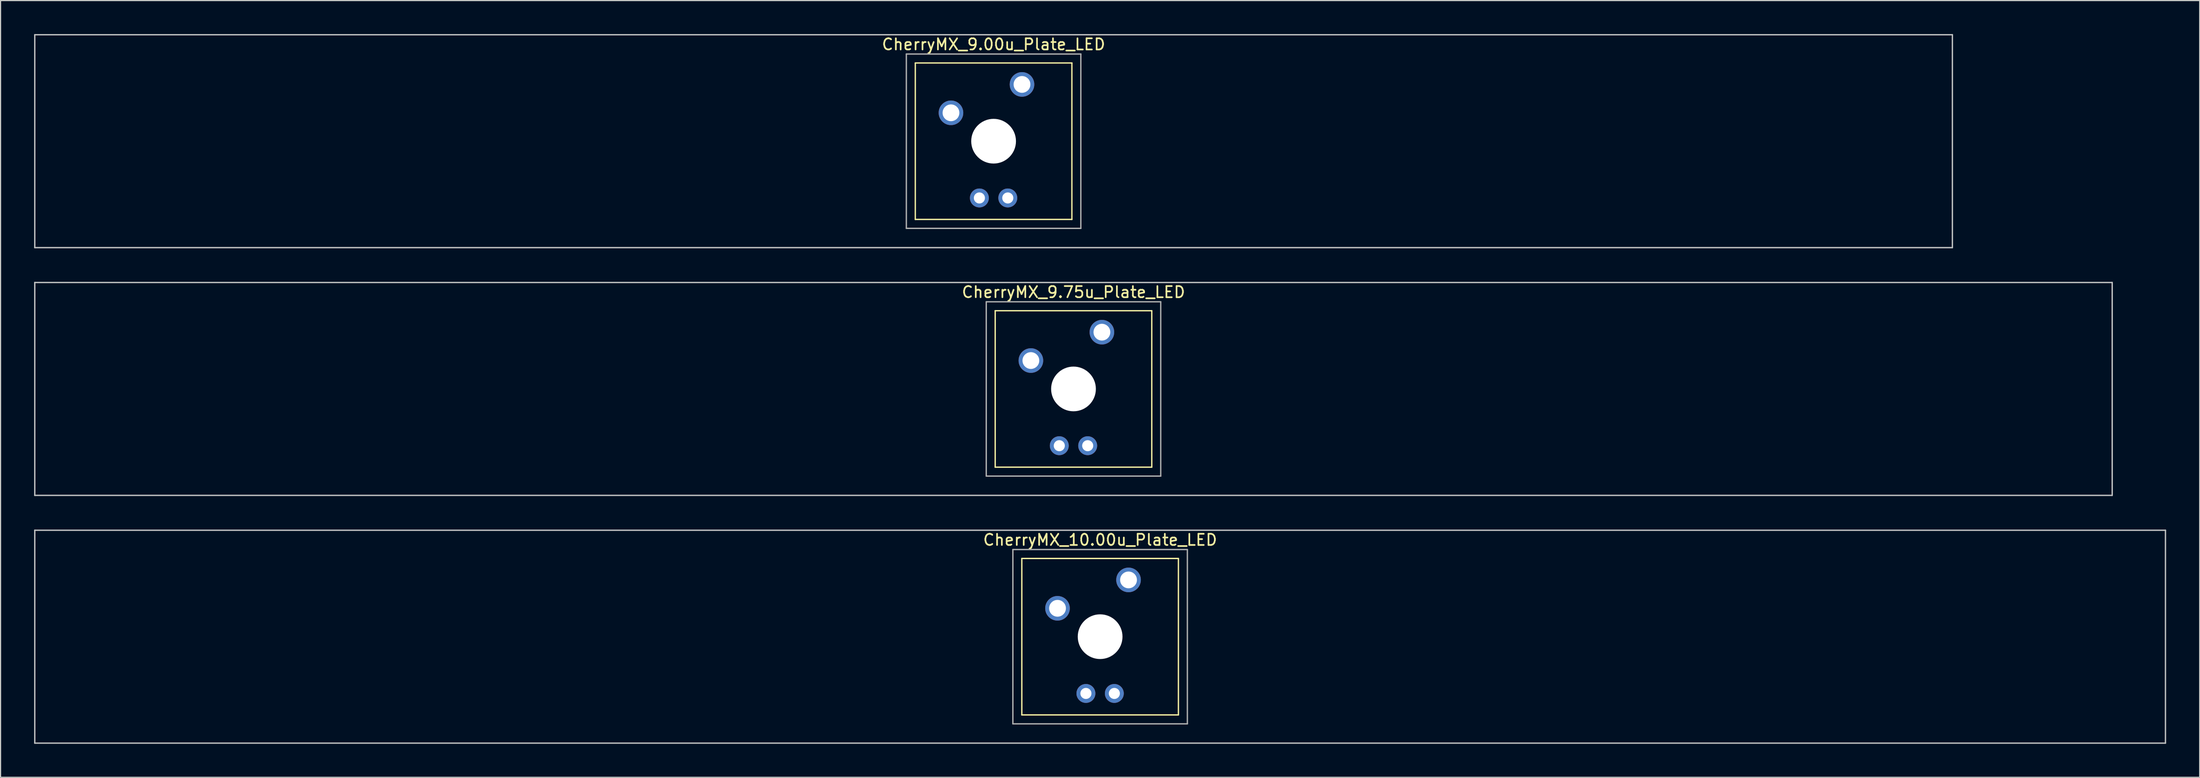
<source format=kicad_pcb>
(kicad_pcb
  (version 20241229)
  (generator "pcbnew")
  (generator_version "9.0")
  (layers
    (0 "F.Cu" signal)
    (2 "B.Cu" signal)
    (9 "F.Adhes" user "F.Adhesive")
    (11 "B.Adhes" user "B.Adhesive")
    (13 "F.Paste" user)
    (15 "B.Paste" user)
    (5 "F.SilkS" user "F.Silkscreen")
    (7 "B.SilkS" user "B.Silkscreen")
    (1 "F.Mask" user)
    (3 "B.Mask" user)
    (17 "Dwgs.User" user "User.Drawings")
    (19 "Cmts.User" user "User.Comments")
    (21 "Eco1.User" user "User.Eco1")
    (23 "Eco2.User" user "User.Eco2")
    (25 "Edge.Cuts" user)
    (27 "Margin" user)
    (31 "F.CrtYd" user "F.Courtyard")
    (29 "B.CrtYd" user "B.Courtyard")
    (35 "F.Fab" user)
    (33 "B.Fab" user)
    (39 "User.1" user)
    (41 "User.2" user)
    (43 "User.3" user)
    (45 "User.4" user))
  (footprint "CherryMX_9.75u_Plate_LED"
    (layer "F.Cu")
    (at 92.929 31.755)
    (property "Reference" "CherryMX_9.75u_Plate_LED" (at 0 -8.662 0) (layer "F.SilkS") (effects (font (size 1 1) (thickness 0.15))))
    (attr through_hole)
    (fp_line (start -7 -7) (end -7 7) (stroke (width 0.12) (type solid)) (layer "F.SilkS"))
    (fp_line (start -7 -7) (end 7 -7) (stroke (width 0.12) (type solid)) (layer "F.SilkS"))
    (fp_line (start 7 -7) (end 7 7) (stroke (width 0.12) (type solid)) (layer "F.SilkS"))
    (fp_line (start 7 7) (end -7 7) (stroke (width 0.12) (type solid)) (layer "F.SilkS"))
    (fp_line (start -92.869 -9.525) (end 92.869 -9.525) (stroke (width 0.12) (type solid)) (layer "Dwgs.User"))
    (fp_line (start -92.869 9.525) (end -92.869 -9.525) (stroke (width 0.12) (type solid)) (layer "Dwgs.User"))
    (fp_line (start 92.869 -9.525) (end 92.869 9.525) (stroke (width 0.12) (type solid)) (layer "Dwgs.User"))
    (fp_line (start 92.869 9.525) (end -92.869 9.525) (stroke (width 0.12) (type solid)) (layer "Dwgs.User"))
    (fp_line (start -7.8 -7.8) (end -7.8 7.8) (stroke (width 0.12) (type solid)) (layer "F.Fab"))
    (fp_line (start -7.8 -7.8) (end 7.8 -7.8) (stroke (width 0.12) (type solid)) (layer "F.Fab"))
    (fp_line (start -7.8 7.8) (end 7.8 7.8) (stroke (width 0.12) (type solid)) (layer "F.Fab"))
    (fp_line (start 7.8 -7.8) (end 7.8 7.8) (stroke (width 0.12) (type solid)) (layer "F.Fab"))
    (pad "" np_thru_hole circle (at 0 0) (size 4 4) (drill 4) (layers "*.Cu" "*.Mask"))
    (pad "1" thru_hole circle (at -3.81 -2.54) (size 2.2 2.2) (drill 1.5) (layers "*.Cu" "*.Mask"))
    (pad "2" thru_hole circle (at 2.54 -5.08) (size 2.2 2.2) (drill 1.5) (layers "*.Cu" "*.Mask"))
    (pad "3" thru_hole circle (at -1.27 5.08) (size 1.691 1.691) (drill 0.991) (layers "*.Cu" "*.Mask"))
    (pad "4" thru_hole circle (at 1.27 5.08) (size 1.691 1.691) (drill 0.991) (layers "*.Cu" "*.Mask")))
  (footprint "CherryMX_9.00u_Plate_LED"
    (layer "F.Cu")
    (at 85.785 9.585)
    (property "Reference" "CherryMX_9.00u_Plate_LED" (at 0 -8.662 0) (layer "F.SilkS") (effects (font (size 1 1) (thickness 0.15))))
    (attr through_hole)
    (fp_line (start -7 -7) (end -7 7) (stroke (width 0.12) (type solid)) (layer "F.SilkS"))
    (fp_line (start -7 -7) (end 7 -7) (stroke (width 0.12) (type solid)) (layer "F.SilkS"))
    (fp_line (start 7 -7) (end 7 7) (stroke (width 0.12) (type solid)) (layer "F.SilkS"))
    (fp_line (start 7 7) (end -7 7) (stroke (width 0.12) (type solid)) (layer "F.SilkS"))
    (fp_line (start -85.725 -9.525) (end 85.725 -9.525) (stroke (width 0.12) (type solid)) (layer "Dwgs.User"))
    (fp_line (start -85.725 9.525) (end -85.725 -9.525) (stroke (width 0.12) (type solid)) (layer "Dwgs.User"))
    (fp_line (start 85.725 -9.525) (end 85.725 9.525) (stroke (width 0.12) (type solid)) (layer "Dwgs.User"))
    (fp_line (start 85.725 9.525) (end -85.725 9.525) (stroke (width 0.12) (type solid)) (layer "Dwgs.User"))
    (fp_line (start -7.8 -7.8) (end -7.8 7.8) (stroke (width 0.12) (type solid)) (layer "F.Fab"))
    (fp_line (start -7.8 -7.8) (end 7.8 -7.8) (stroke (width 0.12) (type solid)) (layer "F.Fab"))
    (fp_line (start -7.8 7.8) (end 7.8 7.8) (stroke (width 0.12) (type solid)) (layer "F.Fab"))
    (fp_line (start 7.8 -7.8) (end 7.8 7.8) (stroke (width 0.12) (type solid)) (layer "F.Fab"))
    (pad "" np_thru_hole circle (at 0 0) (size 4 4) (drill 4) (layers "*.Cu" "*.Mask"))
    (pad "1" thru_hole circle (at -3.81 -2.54) (size 2.2 2.2) (drill 1.5) (layers "*.Cu" "*.Mask"))
    (pad "2" thru_hole circle (at 2.54 -5.08) (size 2.2 2.2) (drill 1.5) (layers "*.Cu" "*.Mask"))
    (pad "3" thru_hole circle (at -1.27 5.08) (size 1.691 1.691) (drill 0.991) (layers "*.Cu" "*.Mask"))
    (pad "4" thru_hole circle (at 1.27 5.08) (size 1.691 1.691) (drill 0.991) (layers "*.Cu" "*.Mask")))
  (footprint "CherryMX_10.00u_Plate_LED"
    (layer "F.Cu")
    (at 95.31 53.925)
    (property "Reference" "CherryMX_10.00u_Plate_LED" (at 0 -8.662 0) (layer "F.SilkS") (effects (font (size 1 1) (thickness 0.15))))
    (attr through_hole)
    (fp_line (start -7 -7) (end -7 7) (stroke (width 0.12) (type solid)) (layer "F.SilkS"))
    (fp_line (start -7 -7) (end 7 -7) (stroke (width 0.12) (type solid)) (layer "F.SilkS"))
    (fp_line (start 7 -7) (end 7 7) (stroke (width 0.12) (type solid)) (layer "F.SilkS"))
    (fp_line (start 7 7) (end -7 7) (stroke (width 0.12) (type solid)) (layer "F.SilkS"))
    (fp_line (start -95.25 -9.525) (end 95.25 -9.525) (stroke (width 0.12) (type solid)) (layer "Dwgs.User"))
    (fp_line (start -95.25 9.525) (end -95.25 -9.525) (stroke (width 0.12) (type solid)) (layer "Dwgs.User"))
    (fp_line (start 95.25 -9.525) (end 95.25 9.525) (stroke (width 0.12) (type solid)) (layer "Dwgs.User"))
    (fp_line (start 95.25 9.525) (end -95.25 9.525) (stroke (width 0.12) (type solid)) (layer "Dwgs.User"))
    (fp_line (start -7.8 -7.8) (end -7.8 7.8) (stroke (width 0.12) (type solid)) (layer "F.Fab"))
    (fp_line (start -7.8 -7.8) (end 7.8 -7.8) (stroke (width 0.12) (type solid)) (layer "F.Fab"))
    (fp_line (start -7.8 7.8) (end 7.8 7.8) (stroke (width 0.12) (type solid)) (layer "F.Fab"))
    (fp_line (start 7.8 -7.8) (end 7.8 7.8) (stroke (width 0.12) (type solid)) (layer "F.Fab"))
    (pad "" np_thru_hole circle (at 0 0) (size 4 4) (drill 4) (layers "*.Cu" "*.Mask"))
    (pad "1" thru_hole circle (at -3.81 -2.54) (size 2.2 2.2) (drill 1.5) (layers "*.Cu" "*.Mask"))
    (pad "2" thru_hole circle (at 2.54 -5.08) (size 2.2 2.2) (drill 1.5) (layers "*.Cu" "*.Mask"))
    (pad "3" thru_hole circle (at -1.27 5.08) (size 1.691 1.691) (drill 0.991) (layers "*.Cu" "*.Mask"))
    (pad "4" thru_hole circle (at 1.27 5.08) (size 1.691 1.691) (drill 0.991) (layers "*.Cu" "*.Mask")))
  (gr_rect
    (start -3 -3)
    (end 193.62 66.51)
    (stroke (width 0.1) (type default))
    (fill no)
    (layer "Edge.Cuts")))
</source>
